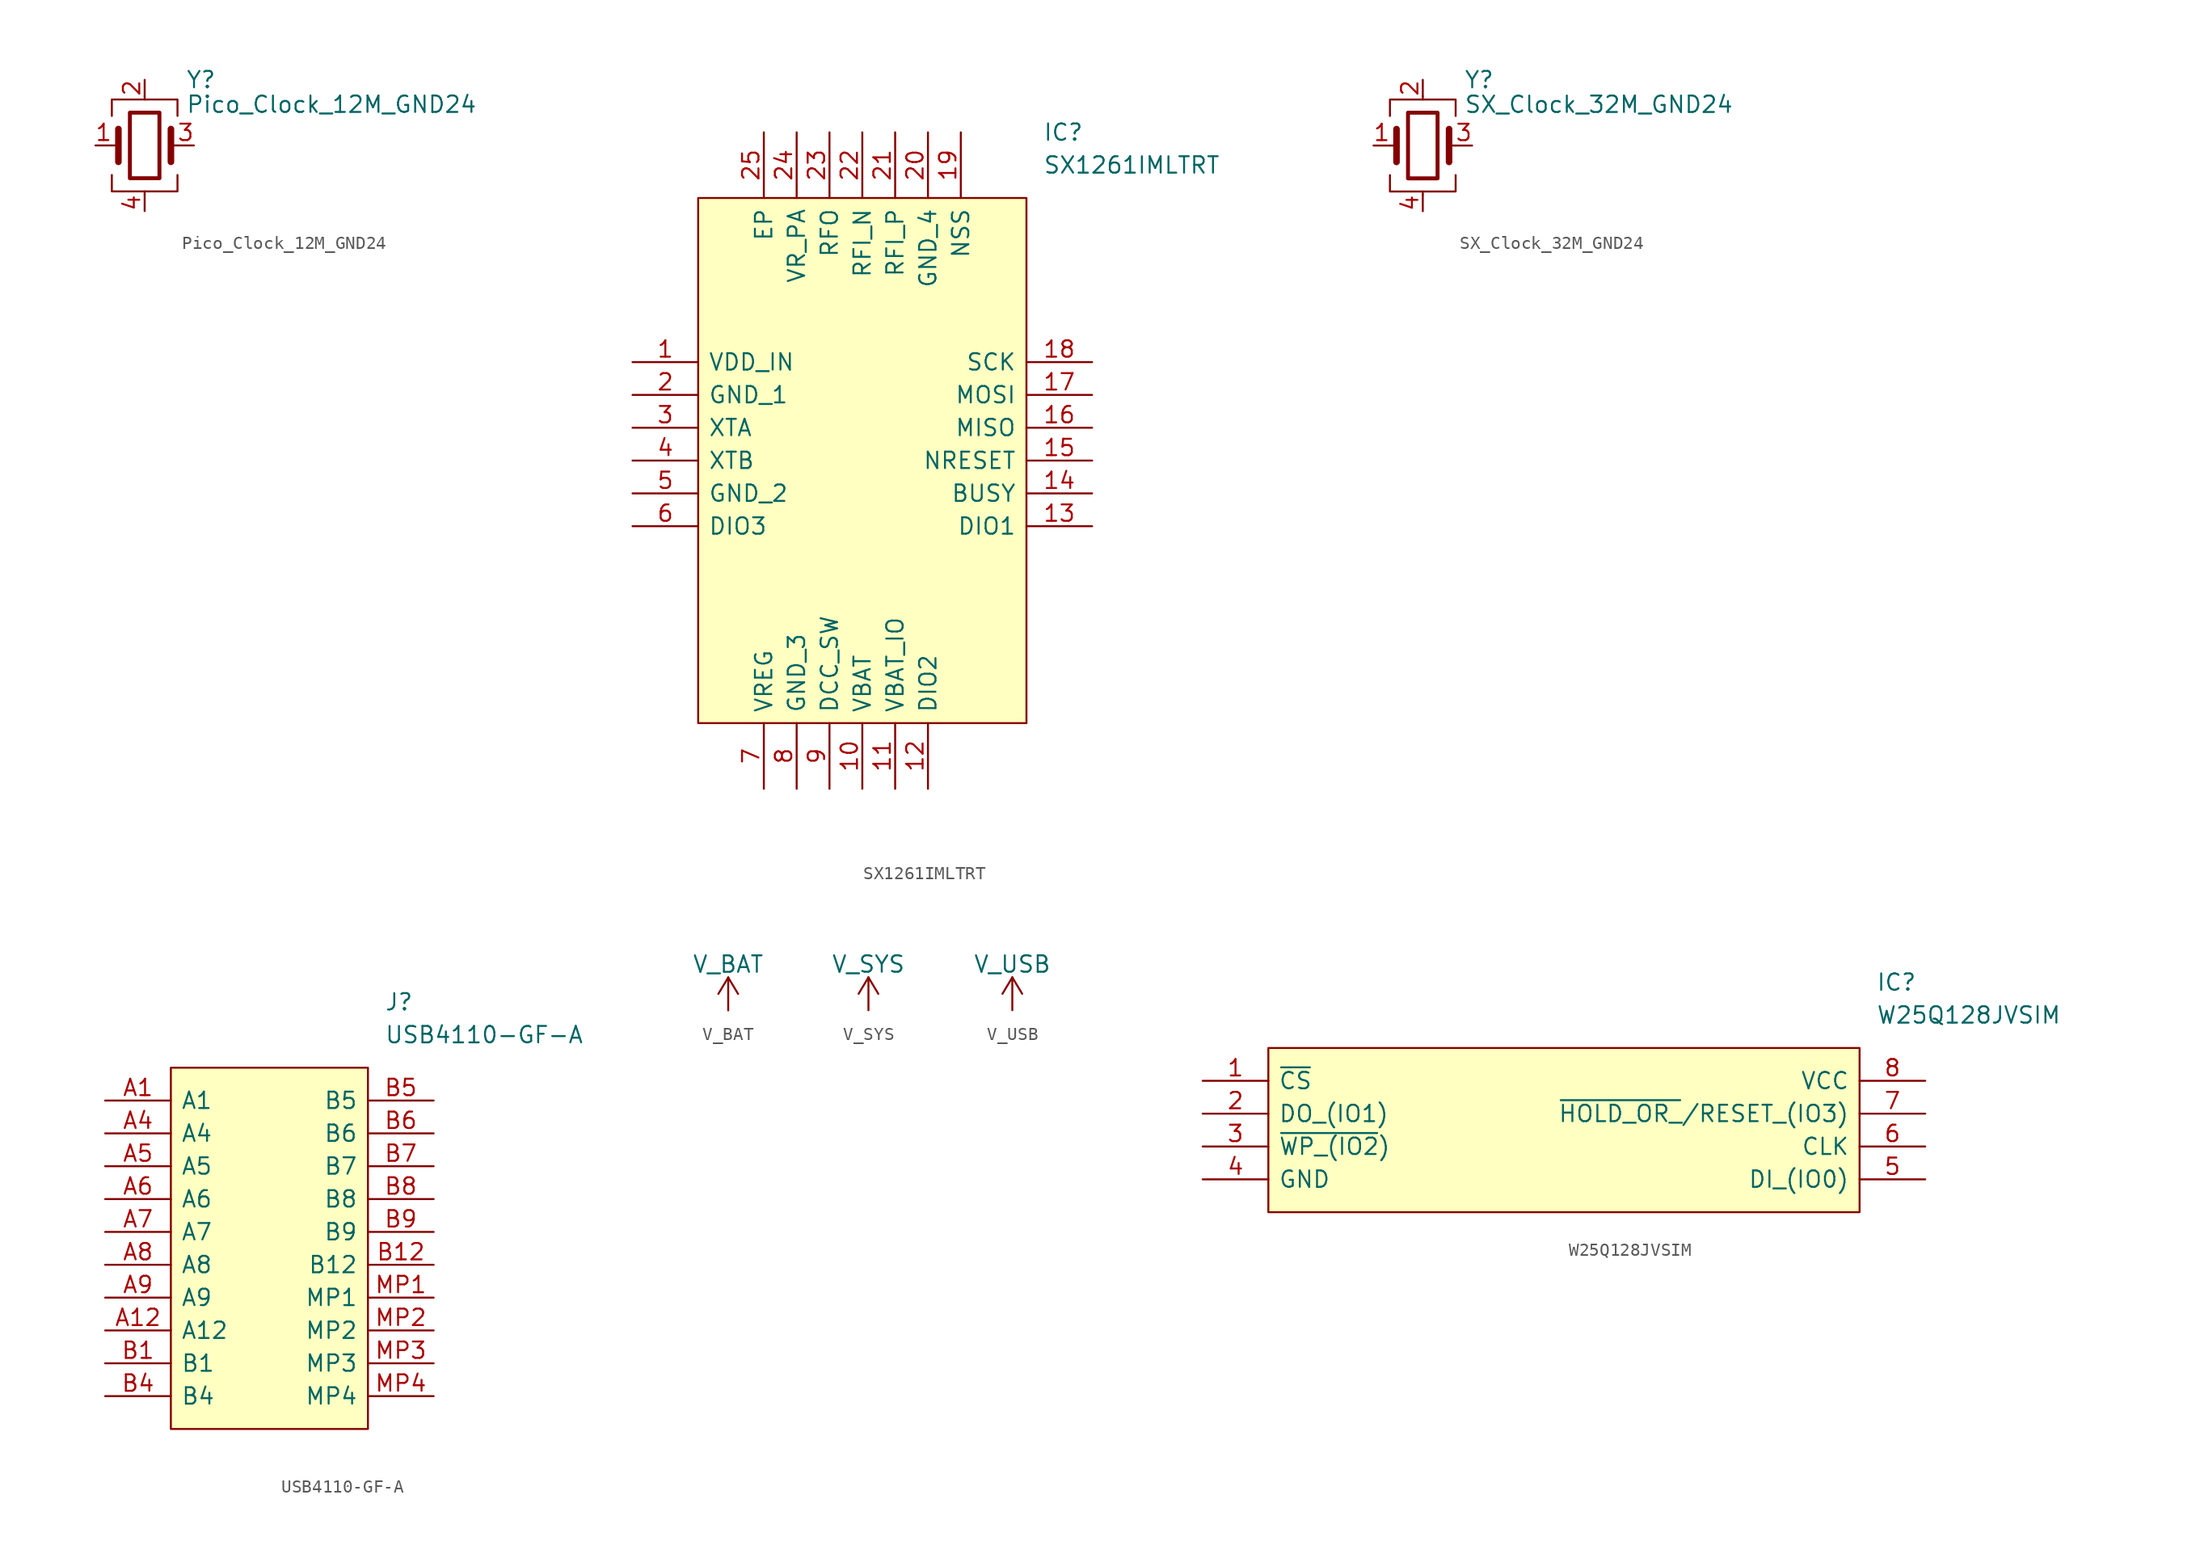
<source format=kicad_sym>
(kicad_symbol_lib
  (version 20211014)
  (generator kicad_symbol_editor)
  (symbol "Pico_Clock_12M_GND24"
    (pin_names
      (offset 1.016) hide)
    (property "Reference" "Y"
      (at 3.175 5.08 0)
      (effects (font (size 1.27 1.27)) (justify left)))
    (property "Value" "Pico_Clock_12M_GND24"
      (at 3.175 3.175 0)
      (effects (font (size 1.27 1.27)) (justify left)))
    (symbol "Pico_Clock_12M_GND24_0_1"
      (rectangle (start -1.143 2.54) (end 1.143 -2.54) (stroke (width 0.305) (type default) (color 0 0 0 0)) (fill (type none)))
      (polyline (pts (xy -2.54 0) (xy -2.032 0)) (stroke (width 0) (type default) (color 0 0 0 0)) (fill (type none)))
      (polyline (pts (xy -2.032 -1.27) (xy -2.032 1.27)) (stroke (width 0.508) (type default) (color 0 0 0 0)) (fill (type none)))
      (polyline (pts (xy 0 -3.81) (xy 0 -3.556)) (stroke (width 0) (type default) (color 0 0 0 0)) (fill (type none)))
      (polyline (pts (xy 0 3.556) (xy 0 3.81)) (stroke (width 0) (type default) (color 0 0 0 0)) (fill (type none)))
      (polyline (pts (xy 2.032 -1.27) (xy 2.032 1.27)) (stroke (width 0.508) (type default) (color 0 0 0 0)) (fill (type none)))
      (polyline (pts (xy 2.032 0) (xy 2.54 0)) (stroke (width 0) (type default) (color 0 0 0 0)) (fill (type none)))
      (polyline (pts (xy -2.54 -2.286) (xy -2.54 -3.556) (xy 2.54 -3.556) (xy 2.54 -2.286)) (stroke (width 0) (type default) (color 0 0 0 0)) (fill (type none)))
      (polyline (pts (xy -2.54 2.286) (xy -2.54 3.556) (xy 2.54 3.556) (xy 2.54 2.286)) (stroke (width 0) (type default) (color 0 0 0 0)) (fill (type none))))
    (symbol "Pico_Clock_12M_GND24_1_1"
      (pin passive line (at -3.81 0 0) (length 1.27) (name "1" (effects (font (size 1.27 1.27)))) (number "1" (effects (font (size 1.27 1.27)))))
      (pin passive line (at 0 5.08 270) (length 1.27) (name "2" (effects (font (size 1.27 1.27)))) (number "2" (effects (font (size 1.27 1.27)))))
      (pin passive line (at 3.81 0 180) (length 1.27) (name "3" (effects (font (size 1.27 1.27)))) (number "3" (effects (font (size 1.27 1.27)))))
      (pin passive line (at 0 -5.08 90) (length 1.27) (name "4" (effects (font (size 1.27 1.27)))) (number "4" (effects (font (size 1.27 1.27)))))))
  (symbol "SX1261IMLTRT"
    (pin_names
      (offset 0.762))
    (property "Reference" "IC"
      (at 31.75 17.78 0)
      (effects (font (size 1.27 1.27)) (justify left)))
    (property "Value" "SX1261IMLTRT"
      (at 31.75 15.24 0)
      (effects (font (size 1.27 1.27)) (justify left)))
    (symbol "SX1261IMLTRT_0_0"
      (pin passive line (at 0 0 0) (length 5.08) (name "VDD_IN" (effects (font (size 1.27 1.27)))) (number "1" (effects (font (size 1.27 1.27)))))
      (pin passive line (at 17.78 -33.02 90) (length 5.08) (name "VBAT" (effects (font (size 1.27 1.27)))) (number "10" (effects (font (size 1.27 1.27)))))
      (pin passive line (at 20.32 -33.02 90) (length 5.08) (name "VBAT_IO" (effects (font (size 1.27 1.27)))) (number "11" (effects (font (size 1.27 1.27)))))
      (pin passive line (at 22.86 -33.02 90) (length 5.08) (name "DIO2" (effects (font (size 1.27 1.27)))) (number "12" (effects (font (size 1.27 1.27)))))
      (pin passive line (at 35.56 -12.7 180) (length 5.08) (name "DIO1" (effects (font (size 1.27 1.27)))) (number "13" (effects (font (size 1.27 1.27)))))
      (pin passive line (at 35.56 -10.16 180) (length 5.08) (name "BUSY" (effects (font (size 1.27 1.27)))) (number "14" (effects (font (size 1.27 1.27)))))
      (pin passive line (at 35.56 -7.62 180) (length 5.08) (name "NRESET" (effects (font (size 1.27 1.27)))) (number "15" (effects (font (size 1.27 1.27)))))
      (pin passive line (at 35.56 -5.08 180) (length 5.08) (name "MISO" (effects (font (size 1.27 1.27)))) (number "16" (effects (font (size 1.27 1.27)))))
      (pin passive line (at 35.56 -2.54 180) (length 5.08) (name "MOSI" (effects (font (size 1.27 1.27)))) (number "17" (effects (font (size 1.27 1.27)))))
      (pin passive line (at 35.56 0 180) (length 5.08) (name "SCK" (effects (font (size 1.27 1.27)))) (number "18" (effects (font (size 1.27 1.27)))))
      (pin passive line (at 25.4 17.78 270) (length 5.08) (name "NSS" (effects (font (size 1.27 1.27)))) (number "19" (effects (font (size 1.27 1.27)))))
      (pin passive line (at 0 -2.54 0) (length 5.08) (name "GND_1" (effects (font (size 1.27 1.27)))) (number "2" (effects (font (size 1.27 1.27)))))
      (pin passive line (at 22.86 17.78 270) (length 5.08) (name "GND_4" (effects (font (size 1.27 1.27)))) (number "20" (effects (font (size 1.27 1.27)))))
      (pin passive line (at 20.32 17.78 270) (length 5.08) (name "RFI_P" (effects (font (size 1.27 1.27)))) (number "21" (effects (font (size 1.27 1.27)))))
      (pin passive line (at 17.78 17.78 270) (length 5.08) (name "RFI_N" (effects (font (size 1.27 1.27)))) (number "22" (effects (font (size 1.27 1.27)))))
      (pin passive line (at 15.24 17.78 270) (length 5.08) (name "RFO" (effects (font (size 1.27 1.27)))) (number "23" (effects (font (size 1.27 1.27)))))
      (pin passive line (at 12.7 17.78 270) (length 5.08) (name "VR_PA" (effects (font (size 1.27 1.27)))) (number "24" (effects (font (size 1.27 1.27)))))
      (pin passive line (at 10.16 17.78 270) (length 5.08) (name "EP" (effects (font (size 1.27 1.27)))) (number "25" (effects (font (size 1.27 1.27)))))
      (pin passive line (at 0 -5.08 0) (length 5.08) (name "XTA" (effects (font (size 1.27 1.27)))) (number "3" (effects (font (size 1.27 1.27)))))
      (pin passive line (at 0 -7.62 0) (length 5.08) (name "XTB" (effects (font (size 1.27 1.27)))) (number "4" (effects (font (size 1.27 1.27)))))
      (pin passive line (at 0 -10.16 0) (length 5.08) (name "GND_2" (effects (font (size 1.27 1.27)))) (number "5" (effects (font (size 1.27 1.27)))))
      (pin passive line (at 0 -12.7 0) (length 5.08) (name "DIO3" (effects (font (size 1.27 1.27)))) (number "6" (effects (font (size 1.27 1.27)))))
      (pin passive line (at 10.16 -33.02 90) (length 5.08) (name "VREG" (effects (font (size 1.27 1.27)))) (number "7" (effects (font (size 1.27 1.27)))))
      (pin passive line (at 12.7 -33.02 90) (length 5.08) (name "GND_3" (effects (font (size 1.27 1.27)))) (number "8" (effects (font (size 1.27 1.27)))))
      (pin passive line (at 15.24 -33.02 90) (length 5.08) (name "DCC_SW" (effects (font (size 1.27 1.27)))) (number "9" (effects (font (size 1.27 1.27))))))
    (symbol "SX1261IMLTRT_0_1"
      (polyline (pts (xy 5.08 12.7) (xy 30.48 12.7) (xy 30.48 -27.94) (xy 5.08 -27.94) (xy 5.08 12.7)) (stroke (width 0.152) (type default) (color 0 0 0 0)) (fill (type background)))))
  (symbol "SX_Clock_32M_GND24"
    (pin_names
      (offset 1.016) hide)
    (property "Reference" "Y"
      (at 3.175 5.08 0)
      (effects (font (size 1.27 1.27)) (justify left)))
    (property "Value" "SX_Clock_32M_GND24"
      (at 3.175 3.175 0)
      (effects (font (size 1.27 1.27)) (justify left)))
    (symbol "SX_Clock_32M_GND24_0_1"
      (rectangle (start -1.143 2.54) (end 1.143 -2.54) (stroke (width 0.305) (type default) (color 0 0 0 0)) (fill (type none)))
      (polyline (pts (xy -2.54 0) (xy -2.032 0)) (stroke (width 0) (type default) (color 0 0 0 0)) (fill (type none)))
      (polyline (pts (xy -2.032 -1.27) (xy -2.032 1.27)) (stroke (width 0.508) (type default) (color 0 0 0 0)) (fill (type none)))
      (polyline (pts (xy 0 -3.81) (xy 0 -3.556)) (stroke (width 0) (type default) (color 0 0 0 0)) (fill (type none)))
      (polyline (pts (xy 0 3.556) (xy 0 3.81)) (stroke (width 0) (type default) (color 0 0 0 0)) (fill (type none)))
      (polyline (pts (xy 2.032 -1.27) (xy 2.032 1.27)) (stroke (width 0.508) (type default) (color 0 0 0 0)) (fill (type none)))
      (polyline (pts (xy 2.032 0) (xy 2.54 0)) (stroke (width 0) (type default) (color 0 0 0 0)) (fill (type none)))
      (polyline (pts (xy -2.54 -2.286) (xy -2.54 -3.556) (xy 2.54 -3.556) (xy 2.54 -2.286)) (stroke (width 0) (type default) (color 0 0 0 0)) (fill (type none)))
      (polyline (pts (xy -2.54 2.286) (xy -2.54 3.556) (xy 2.54 3.556) (xy 2.54 2.286)) (stroke (width 0) (type default) (color 0 0 0 0)) (fill (type none))))
    (symbol "SX_Clock_32M_GND24_1_1"
      (pin passive line (at -3.81 0 0) (length 1.27) (name "1" (effects (font (size 1.27 1.27)))) (number "1" (effects (font (size 1.27 1.27)))))
      (pin passive line (at 0 5.08 270) (length 1.27) (name "2" (effects (font (size 1.27 1.27)))) (number "2" (effects (font (size 1.27 1.27)))))
      (pin passive line (at 3.81 0 180) (length 1.27) (name "3" (effects (font (size 1.27 1.27)))) (number "3" (effects (font (size 1.27 1.27)))))
      (pin passive line (at 0 -5.08 90) (length 1.27) (name "4" (effects (font (size 1.27 1.27)))) (number "4" (effects (font (size 1.27 1.27)))))))
  (symbol "USB4110-GF-A"
    (pin_names
      (offset 0.762))
    (property "Reference" "J"
      (at 21.59 7.62 0)
      (effects (font (size 1.27 1.27)) (justify left)))
    (property "Value" "USB4110-GF-A"
      (at 21.59 5.08 0)
      (effects (font (size 1.27 1.27)) (justify left)))
    (symbol "USB4110-GF-A_0_0"
      (pin passive line (at 0 0 0) (length 5.08) (name "A1" (effects (font (size 1.27 1.27)))) (number "A1" (effects (font (size 1.27 1.27)))))
      (pin passive line (at 0 -17.78 0) (length 5.08) (name "A12" (effects (font (size 1.27 1.27)))) (number "A12" (effects (font (size 1.27 1.27)))))
      (pin passive line (at 0 -2.54 0) (length 5.08) (name "A4" (effects (font (size 1.27 1.27)))) (number "A4" (effects (font (size 1.27 1.27)))))
      (pin passive line (at 0 -5.08 0) (length 5.08) (name "A5" (effects (font (size 1.27 1.27)))) (number "A5" (effects (font (size 1.27 1.27)))))
      (pin passive line (at 0 -7.62 0) (length 5.08) (name "A6" (effects (font (size 1.27 1.27)))) (number "A6" (effects (font (size 1.27 1.27)))))
      (pin passive line (at 0 -10.16 0) (length 5.08) (name "A7" (effects (font (size 1.27 1.27)))) (number "A7" (effects (font (size 1.27 1.27)))))
      (pin passive line (at 0 -12.7 0) (length 5.08) (name "A8" (effects (font (size 1.27 1.27)))) (number "A8" (effects (font (size 1.27 1.27)))))
      (pin passive line (at 0 -15.24 0) (length 5.08) (name "A9" (effects (font (size 1.27 1.27)))) (number "A9" (effects (font (size 1.27 1.27)))))
      (pin passive line (at 0 -20.32 0) (length 5.08) (name "B1" (effects (font (size 1.27 1.27)))) (number "B1" (effects (font (size 1.27 1.27)))))
      (pin passive line (at 25.4 -12.7 180) (length 5.08) (name "B12" (effects (font (size 1.27 1.27)))) (number "B12" (effects (font (size 1.27 1.27)))))
      (pin passive line (at 0 -22.86 0) (length 5.08) (name "B4" (effects (font (size 1.27 1.27)))) (number "B4" (effects (font (size 1.27 1.27)))))
      (pin passive line (at 25.4 0 180) (length 5.08) (name "B5" (effects (font (size 1.27 1.27)))) (number "B5" (effects (font (size 1.27 1.27)))))
      (pin passive line (at 25.4 -2.54 180) (length 5.08) (name "B6" (effects (font (size 1.27 1.27)))) (number "B6" (effects (font (size 1.27 1.27)))))
      (pin passive line (at 25.4 -5.08 180) (length 5.08) (name "B7" (effects (font (size 1.27 1.27)))) (number "B7" (effects (font (size 1.27 1.27)))))
      (pin passive line (at 25.4 -7.62 180) (length 5.08) (name "B8" (effects (font (size 1.27 1.27)))) (number "B8" (effects (font (size 1.27 1.27)))))
      (pin passive line (at 25.4 -10.16 180) (length 5.08) (name "B9" (effects (font (size 1.27 1.27)))) (number "B9" (effects (font (size 1.27 1.27)))))
      (pin passive line (at 25.4 -15.24 180) (length 5.08) (name "MP1" (effects (font (size 1.27 1.27)))) (number "MP1" (effects (font (size 1.27 1.27)))))
      (pin passive line (at 25.4 -17.78 180) (length 5.08) (name "MP2" (effects (font (size 1.27 1.27)))) (number "MP2" (effects (font (size 1.27 1.27)))))
      (pin passive line (at 25.4 -20.32 180) (length 5.08) (name "MP3" (effects (font (size 1.27 1.27)))) (number "MP3" (effects (font (size 1.27 1.27)))))
      (pin passive line (at 25.4 -22.86 180) (length 5.08) (name "MP4" (effects (font (size 1.27 1.27)))) (number "MP4" (effects (font (size 1.27 1.27))))))
    (symbol "USB4110-GF-A_0_1"
      (polyline (pts (xy 5.08 2.54) (xy 20.32 2.54) (xy 20.32 -25.4) (xy 5.08 -25.4) (xy 5.08 2.54)) (stroke (width 0.152) (type default) (color 0 0 0 0)) (fill (type background)))))
  (symbol "V_BAT"
    (power)
    (pin_names
      (offset 0))
    (property "Reference" "#PWR"
      (at 0 -3.81 0)
      (effects (font (size 1.27 1.27)) hide))
    (property "Value" "V_BAT"
      (at 0 3.556 0)
      (effects (font (size 1.27 1.27))))
    (symbol "V_BAT_0_1"
      (polyline (pts (xy -0.762 1.27) (xy 0 2.54)) (stroke (width 0) (type default) (color 0 0 0 0)) (fill (type none)))
      (polyline (pts (xy 0 0) (xy 0 2.54)) (stroke (width 0) (type default) (color 0 0 0 0)) (fill (type none)))
      (polyline (pts (xy 0 2.54) (xy 0.762 1.27)) (stroke (width 0) (type default) (color 0 0 0 0)) (fill (type none))))
    (symbol "V_BAT_1_1"
      (pin power_in line (at 0 0 90) (length 0) hide (name "V_BAT" (effects (font (size 1.27 1.27)))) (number "1" (effects (font (size 1.27 1.27)))))))
  (symbol "V_SYS"
    (power)
    (pin_names
      (offset 0))
    (property "Reference" "#PWR"
      (at 0 -3.81 0)
      (effects (font (size 1.27 1.27)) hide))
    (property "Value" "V_SYS"
      (at 0 3.556 0)
      (effects (font (size 1.27 1.27))))
    (symbol "V_SYS_0_1"
      (polyline (pts (xy -0.762 1.27) (xy 0 2.54)) (stroke (width 0) (type default) (color 0 0 0 0)) (fill (type none)))
      (polyline (pts (xy 0 0) (xy 0 2.54)) (stroke (width 0) (type default) (color 0 0 0 0)) (fill (type none)))
      (polyline (pts (xy 0 2.54) (xy 0.762 1.27)) (stroke (width 0) (type default) (color 0 0 0 0)) (fill (type none))))
    (symbol "V_SYS_1_1"
      (pin power_in line (at 0 0 90) (length 0) hide (name "V_SYS" (effects (font (size 1.27 1.27)))) (number "1" (effects (font (size 1.27 1.27)))))))
  (symbol "V_USB"
    (power)
    (pin_names
      (offset 0))
    (property "Reference" "#PWR"
      (at 0 -3.81 0)
      (effects (font (size 1.27 1.27)) hide))
    (property "Value" "V_USB"
      (at 0 3.556 0)
      (effects (font (size 1.27 1.27))))
    (symbol "V_USB_0_1"
      (polyline (pts (xy -0.762 1.27) (xy 0 2.54)) (stroke (width 0) (type default) (color 0 0 0 0)) (fill (type none)))
      (polyline (pts (xy 0 0) (xy 0 2.54)) (stroke (width 0) (type default) (color 0 0 0 0)) (fill (type none)))
      (polyline (pts (xy 0 2.54) (xy 0.762 1.27)) (stroke (width 0) (type default) (color 0 0 0 0)) (fill (type none))))
    (symbol "V_USB_1_1"
      (pin power_in line (at 0 0 90) (length 0) hide (name "V_SUB" (effects (font (size 1.27 1.27)))) (number "1" (effects (font (size 1.27 1.27)))))))
  (symbol "W25Q128JVSIM"
    (pin_names
      (offset 0.762))
    (property "Reference" "IC"
      (at 52.07 7.62 0)
      (effects (font (size 1.27 1.27)) (justify left)))
    (property "Value" "W25Q128JVSIM"
      (at 52.07 5.08 0)
      (effects (font (size 1.27 1.27)) (justify left)))
    (symbol "W25Q128JVSIM_0_0"
      (pin passive line (at 0 0 0) (length 5.08) (name "~{CS}" (effects (font (size 1.27 1.27)))) (number "1" (effects (font (size 1.27 1.27)))))
      (pin passive line (at 0 -2.54 0) (length 5.08) (name "DO_(IO1)" (effects (font (size 1.27 1.27)))) (number "2" (effects (font (size 1.27 1.27)))))
      (pin passive line (at 0 -5.08 0) (length 5.08) (name "~{WP_(IO2})" (effects (font (size 1.27 1.27)))) (number "3" (effects (font (size 1.27 1.27)))))
      (pin passive line (at 0 -7.62 0) (length 5.08) (name "GND" (effects (font (size 1.27 1.27)))) (number "4" (effects (font (size 1.27 1.27)))))
      (pin passive line (at 55.88 -7.62 180) (length 5.08) (name "DI_(IO0)" (effects (font (size 1.27 1.27)))) (number "5" (effects (font (size 1.27 1.27)))))
      (pin passive line (at 55.88 -5.08 180) (length 5.08) (name "CLK" (effects (font (size 1.27 1.27)))) (number "6" (effects (font (size 1.27 1.27)))))
      (pin passive line (at 55.88 -2.54 180) (length 5.08) (name "~{HOLD_OR_}/RESET_(IO3)" (effects (font (size 1.27 1.27)))) (number "7" (effects (font (size 1.27 1.27)))))
      (pin passive line (at 55.88 0 180) (length 5.08) (name "VCC" (effects (font (size 1.27 1.27)))) (number "8" (effects (font (size 1.27 1.27))))))
    (symbol "W25Q128JVSIM_0_1"
      (polyline (pts (xy 5.08 2.54) (xy 50.8 2.54) (xy 50.8 -10.16) (xy 5.08 -10.16) (xy 5.08 2.54)) (stroke (width 0.152) (type default) (color 0 0 0 0)) (fill (type background))))))
</source>
